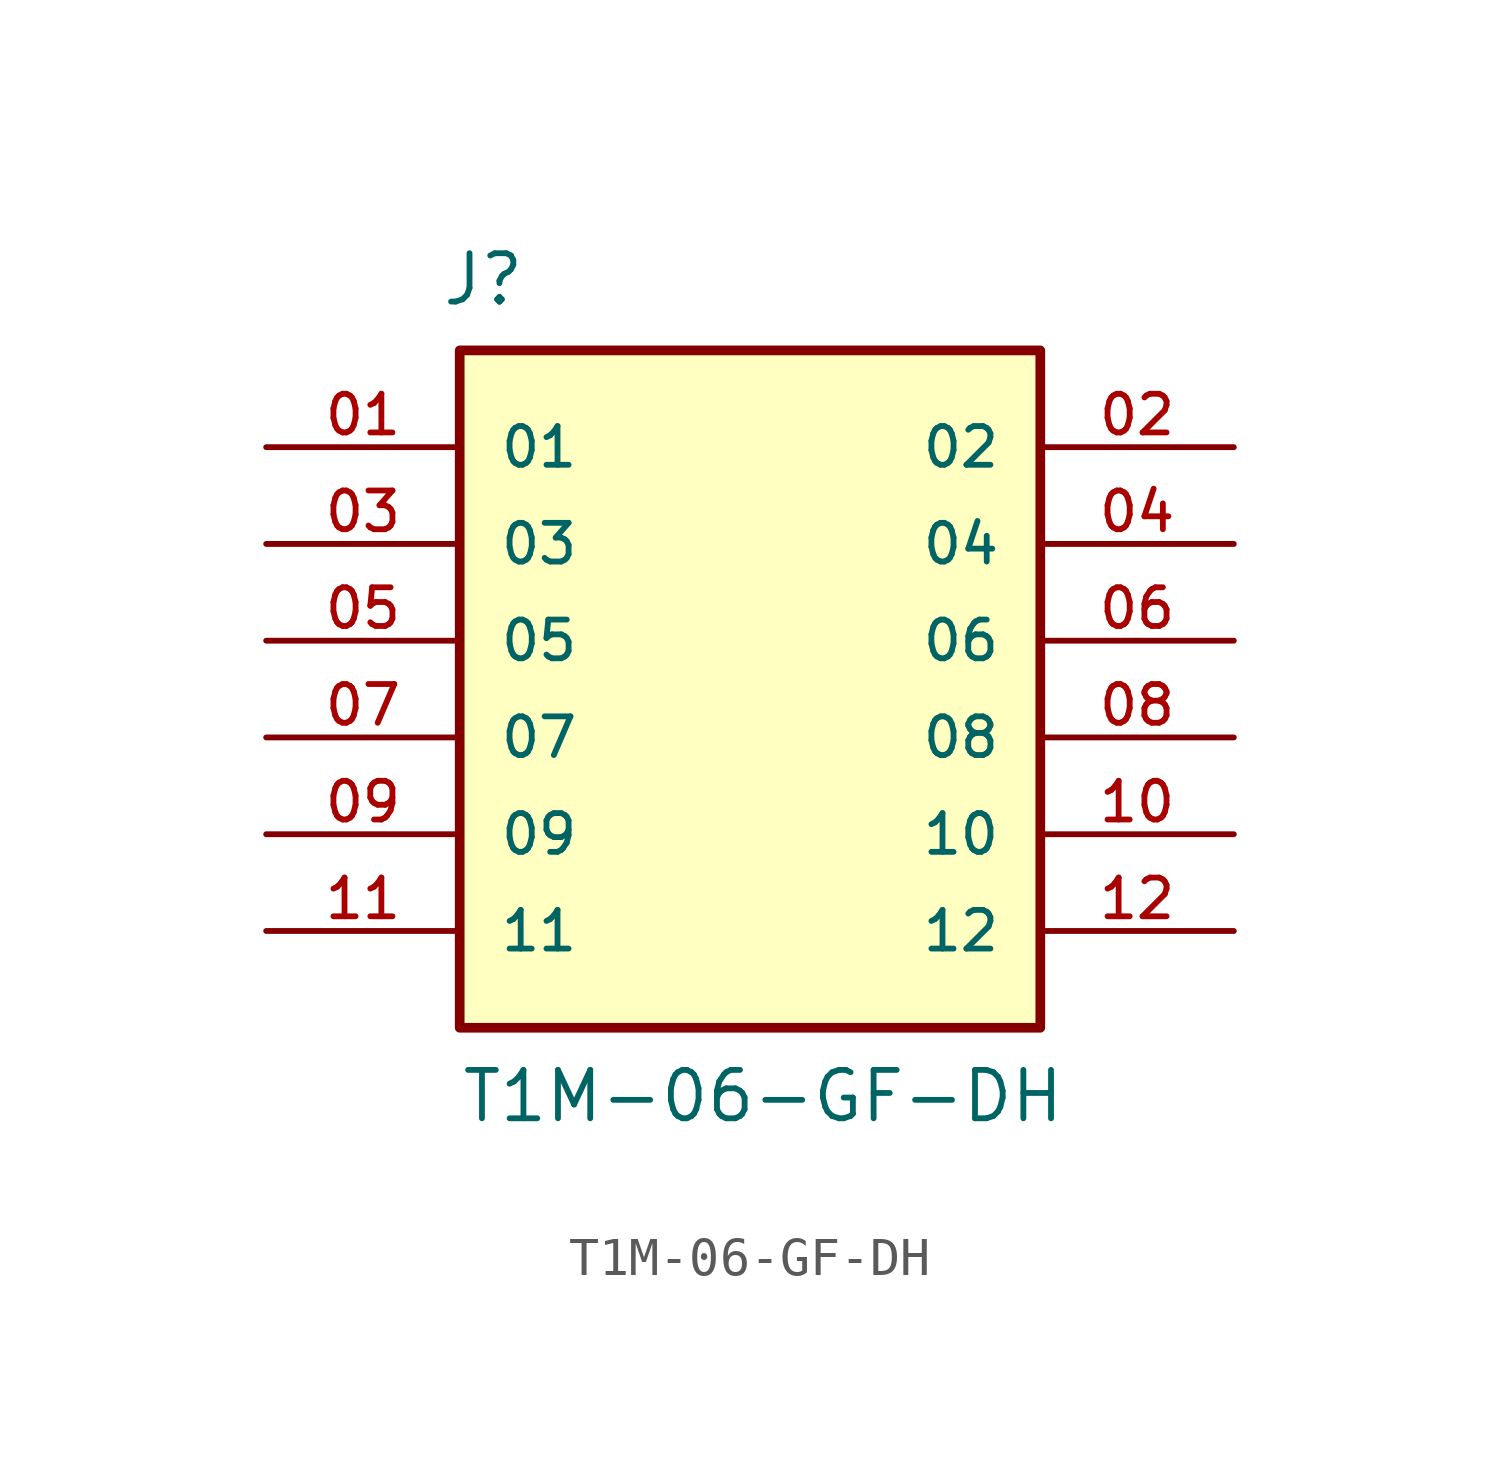
<source format=kicad_sym>
(kicad_symbol_lib
  (version 20211014)
  (generator kicad_symbol_editor)
  (symbol "T1M-06-GF-DH"
    (pin_names
      (offset 1.016))
    (property "Reference" "J"
      (at -8.128 8.738 0)
      (effects (font (size 1.27 1.27)) (justify left bottom)))
    (property "Value" "T1M-06-GF-DH"
      (at -7.62 -12.7 0)
      (effects (font (size 1.27 1.27)) (justify left bottom)))
    (property "ki_locked" ""
      (at 0 0 0)
      (effects (font (size 1.27 1.27))))
    (symbol "T1M-06-GF-DH_0_0"
      (rectangle (start -7.62 -10.16) (end 7.62 7.62) (stroke (width 0.254) (type default) (color 0 0 0 0)) (fill (type background)))
      (pin passive line (at -12.7 5.08 0) (length 5.08) (name "01" (effects (font (size 1.016 1.016)))) (number "01" (effects (font (size 1.016 1.016)))))
      (pin passive line (at 12.7 5.08 180) (length 5.08) (name "02" (effects (font (size 1.016 1.016)))) (number "02" (effects (font (size 1.016 1.016)))))
      (pin passive line (at -12.7 2.54 0) (length 5.08) (name "03" (effects (font (size 1.016 1.016)))) (number "03" (effects (font (size 1.016 1.016)))))
      (pin passive line (at 12.7 2.54 180) (length 5.08) (name "04" (effects (font (size 1.016 1.016)))) (number "04" (effects (font (size 1.016 1.016)))))
      (pin passive line (at -12.7 0 0) (length 5.08) (name "05" (effects (font (size 1.016 1.016)))) (number "05" (effects (font (size 1.016 1.016)))))
      (pin passive line (at 12.7 0 180) (length 5.08) (name "06" (effects (font (size 1.016 1.016)))) (number "06" (effects (font (size 1.016 1.016)))))
      (pin passive line (at -12.7 -2.54 0) (length 5.08) (name "07" (effects (font (size 1.016 1.016)))) (number "07" (effects (font (size 1.016 1.016)))))
      (pin passive line (at 12.7 -2.54 180) (length 5.08) (name "08" (effects (font (size 1.016 1.016)))) (number "08" (effects (font (size 1.016 1.016)))))
      (pin passive line (at -12.7 -5.08 0) (length 5.08) (name "09" (effects (font (size 1.016 1.016)))) (number "09" (effects (font (size 1.016 1.016)))))
      (pin passive line (at 12.7 -5.08 180) (length 5.08) (name "10" (effects (font (size 1.016 1.016)))) (number "10" (effects (font (size 1.016 1.016)))))
      (pin passive line (at -12.7 -7.62 0) (length 5.08) (name "11" (effects (font (size 1.016 1.016)))) (number "11" (effects (font (size 1.016 1.016)))))
      (pin passive line (at 12.7 -7.62 180) (length 5.08) (name "12" (effects (font (size 1.016 1.016)))) (number "12" (effects (font (size 1.016 1.016))))))))
</source>
